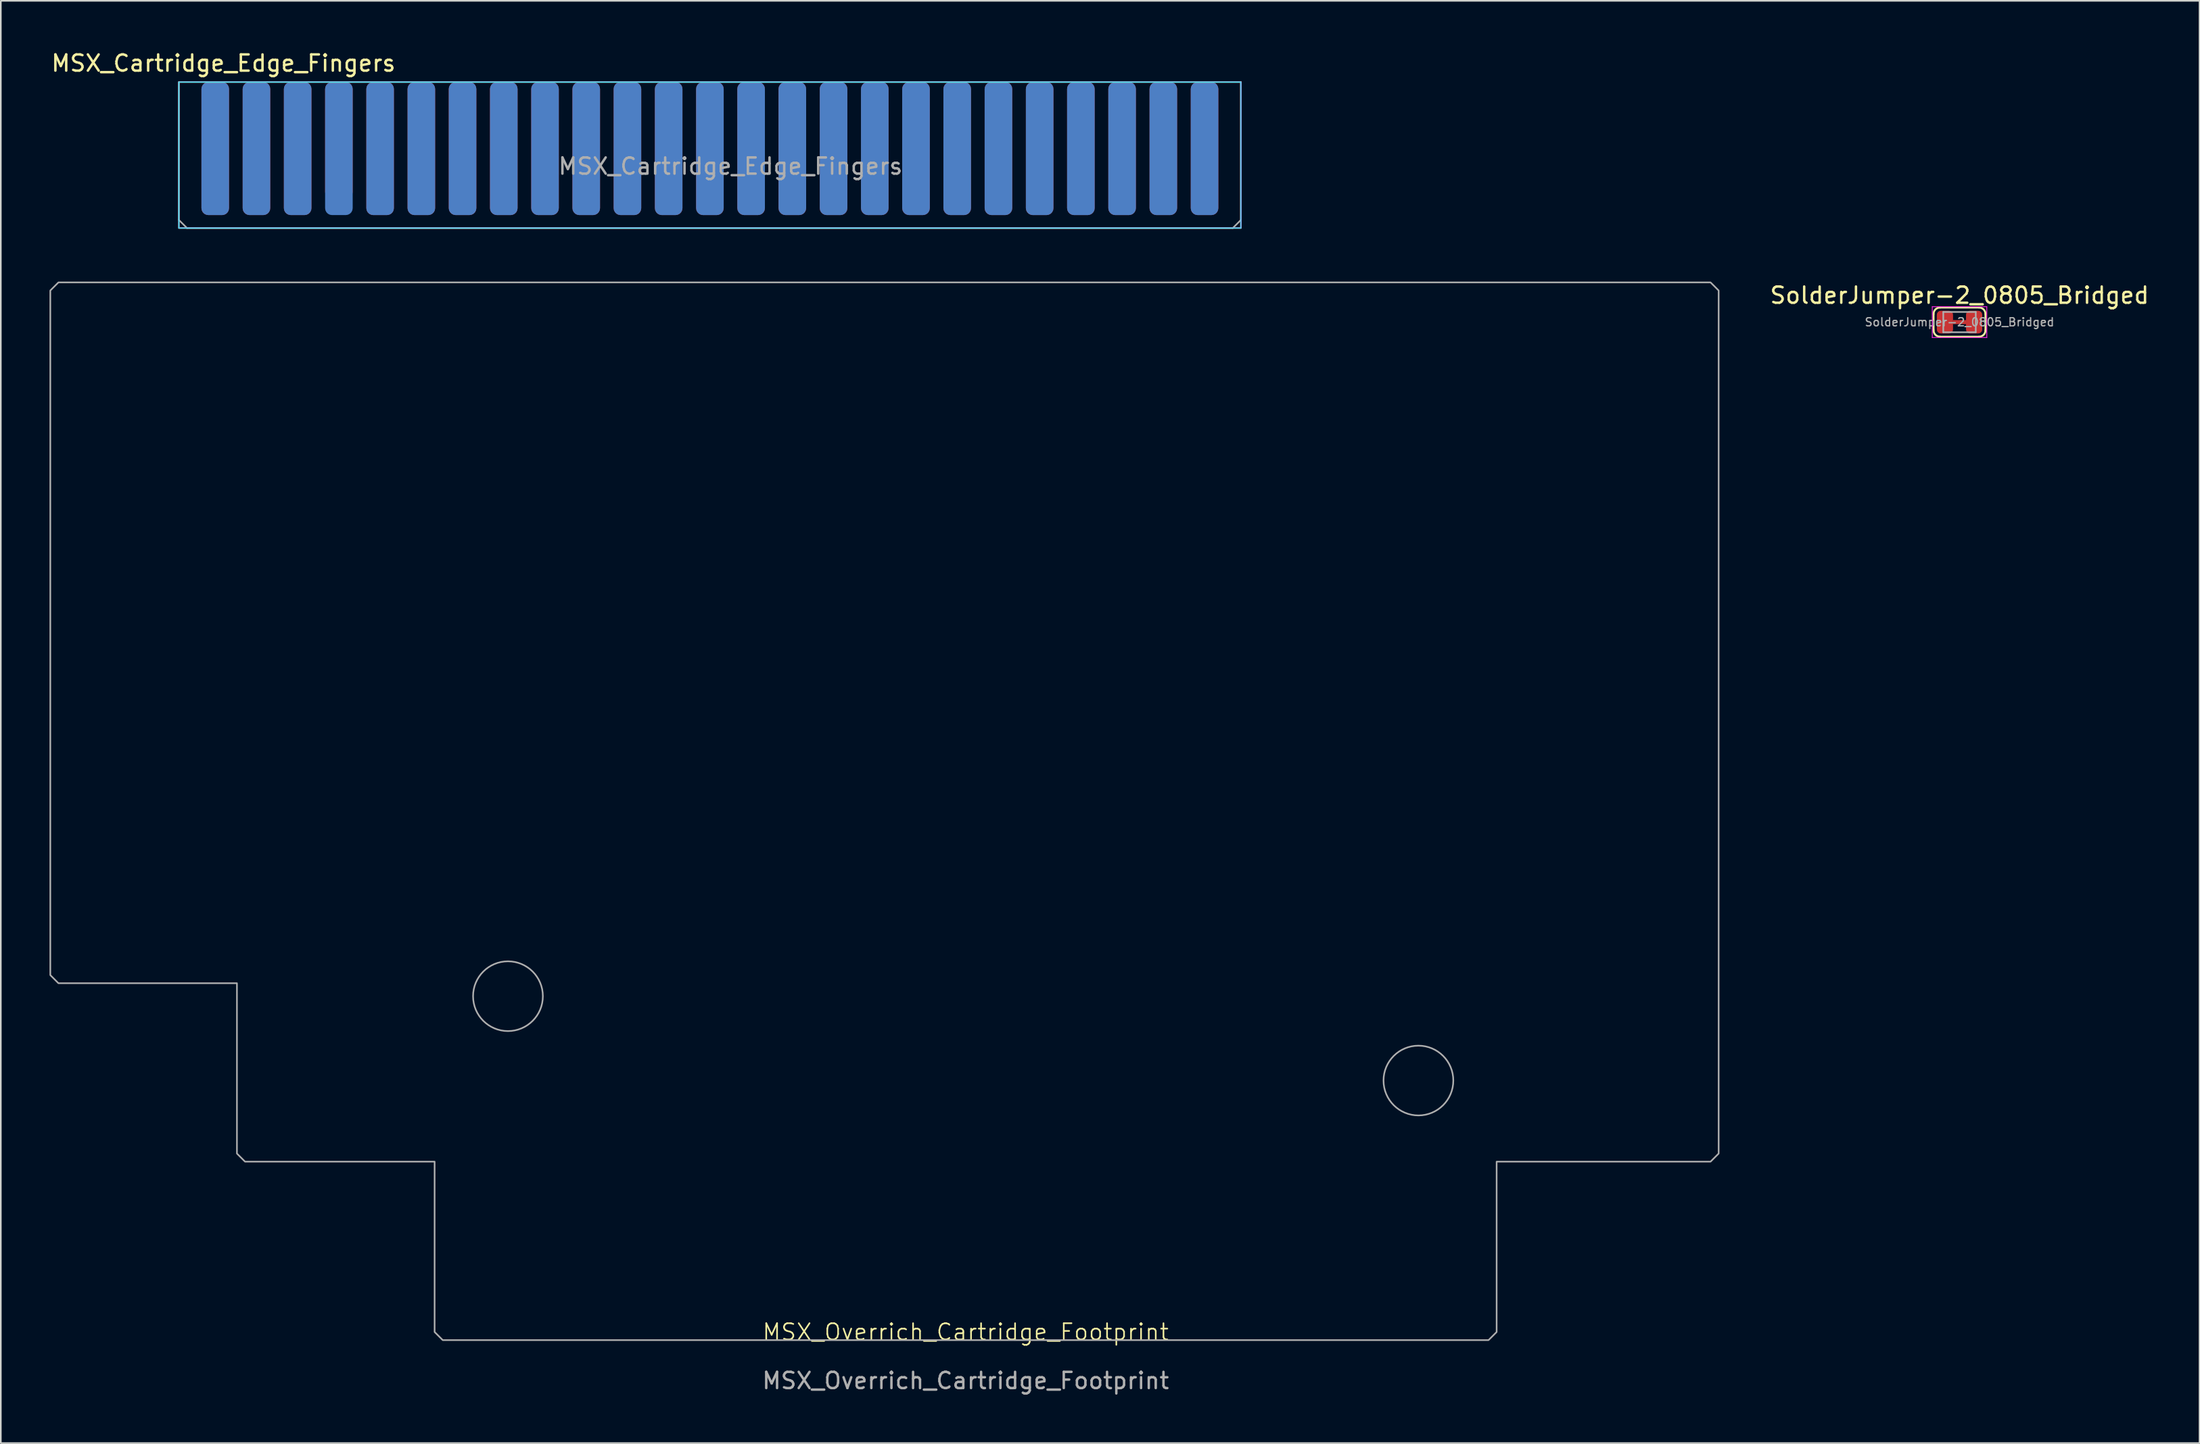
<source format=kicad_pcb>
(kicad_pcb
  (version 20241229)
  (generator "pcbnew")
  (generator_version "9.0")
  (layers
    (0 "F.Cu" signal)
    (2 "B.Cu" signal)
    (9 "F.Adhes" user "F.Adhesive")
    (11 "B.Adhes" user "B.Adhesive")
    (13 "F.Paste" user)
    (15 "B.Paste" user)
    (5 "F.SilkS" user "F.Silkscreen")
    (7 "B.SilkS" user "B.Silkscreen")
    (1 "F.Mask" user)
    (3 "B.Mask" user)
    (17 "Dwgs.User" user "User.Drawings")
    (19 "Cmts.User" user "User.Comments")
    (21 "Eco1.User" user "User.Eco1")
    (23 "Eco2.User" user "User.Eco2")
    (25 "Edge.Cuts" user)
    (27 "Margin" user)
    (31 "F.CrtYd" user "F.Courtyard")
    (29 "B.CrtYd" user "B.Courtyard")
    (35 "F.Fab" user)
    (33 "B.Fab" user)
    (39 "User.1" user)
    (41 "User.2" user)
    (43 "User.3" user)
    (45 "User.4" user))
  (footprint "SolderJumper-2_0805_Bridged"
    (layer "F.Cu")
    (at 117.692 16.806)
    (property "Reference" "SolderJumper-2_0805_Bridged" (at 0 -1.65 0) (layer "F.SilkS") (effects (font (size 1 1) (thickness 0.15))))
    (attr exclude_from_pos_files exclude_from_bom)
    (fp_rect (start -0.4 -0.125) (end 0.4 0.125) (stroke (width 0) (type solid)) (fill yes) (layer "F.Cu"))
    (fp_line (start -1.6 0.5) (end -1.6 -0.5) (stroke (width 0.12) (type solid)) (layer "F.SilkS"))
    (fp_line (start -1.2 -0.9) (end 1.2 -0.9) (stroke (width 0.12) (type solid)) (layer "F.SilkS"))
    (fp_line (start 1.2 0.9) (end -1.2 0.9) (stroke (width 0.12) (type solid)) (layer "F.SilkS"))
    (fp_line (start 1.6 -0.5) (end 1.6 0.5) (stroke (width 0.12) (type solid)) (layer "F.SilkS"))
    (fp_arc (start -1.6 -0.5) (mid -1.482842 -0.782842) (end -1.2 -0.9) (stroke (width 0.12) (type solid)) (layer "F.SilkS"))
    (fp_arc (start -1.2 0.9) (mid -1.482842 0.782842) (end -1.6 0.5) (stroke (width 0.12) (type solid)) (layer "F.SilkS"))
    (fp_arc (start 1.2 -0.9) (mid 1.482843 -0.782843) (end 1.6 -0.5) (stroke (width 0.12) (type solid)) (layer "F.SilkS"))
    (fp_arc (start 1.6 0.5) (mid 1.482843 0.782843) (end 1.2 0.9) (stroke (width 0.12) (type solid)) (layer "F.SilkS"))
    (fp_line (start -1.68 -0.95) (end 1.68 -0.95) (stroke (width 0.05) (type solid)) (layer "F.CrtYd"))
    (fp_line (start -1.68 0.95) (end -1.68 -0.95) (stroke (width 0.05) (type solid)) (layer "F.CrtYd"))
    (fp_line (start 1.68 -0.95) (end 1.68 0.95) (stroke (width 0.05) (type solid)) (layer "F.CrtYd"))
    (fp_line (start 1.68 0.95) (end -1.68 0.95) (stroke (width 0.05) (type solid)) (layer "F.CrtYd"))
    (fp_line (start -1 -0.625) (end 1 -0.625) (stroke (width 0.1) (type solid)) (layer "F.Fab"))
    (fp_line (start -1 0.625) (end -1 -0.625) (stroke (width 0.1) (type solid)) (layer "F.Fab"))
    (fp_line (start 1 -0.625) (end 1 0.625) (stroke (width 0.1) (type solid)) (layer "F.Fab"))
    (fp_line (start 1 0.625) (end -1 0.625) (stroke (width 0.1) (type solid)) (layer "F.Fab"))
    (fp_text user "${REFERENCE}" (at 0 0 0) (layer "F.Fab") (effects (font (size 0.5 0.5) (thickness 0.08))))
    (pad "1" smd roundrect (at -0.9 0) (size 1 1.4) (layers "F.Cu" "F.Mask") (roundrect_rratio 0.244))
    (pad "2" smd roundrect (at 0.9 0) (size 1 1.4) (layers "F.Cu" "F.Mask") (roundrect_rratio 0.244)))
  (footprint "MSX_Cartridge_Edge_Fingers"
    (layer "F.Cu")
    (at 40.692 11.008)
    (property "Reference" "MSX_Cartridge_Edge_Fingers" (at -29.972 -10.16 0) (layer "F.SilkS") (effects (font (size 1 1) (thickness 0.15))))
    (attr exclude_from_pos_files exclude_from_bom allow_soldermask_bridges)
    (fp_rect (start -32.72 -9) (end 32.72 0) (stroke (width 0.1) (type solid)) (fill yes) (layer "F.Mask"))
    (fp_rect (start -32.72 -9) (end 32.72 0) (stroke (width 0.1) (type solid)) (fill yes) (layer "B.Mask"))
    (fp_rect (start -32.72 -9) (end 32.72 0) (stroke (width 0.05) (type default)) (fill no) (layer "B.CrtYd"))
    (fp_rect (start -32.72 -9) (end 32.72 0) (stroke (width 0.05) (type default)) (fill no) (layer "F.CrtYd"))
    (fp_line (start -32.72 -0.5) (end -32.72 -9) (stroke (width 0.1) (type default)) (layer "F.Fab"))
    (fp_line (start -32.72 -0.5) (end -32.22 0) (stroke (width 0.1) (type default)) (layer "F.Fab"))
    (fp_line (start 32.22 0) (end -32.22 0) (stroke (width 0.1) (type default)) (layer "F.Fab"))
    (fp_line (start 32.72 -9) (end 32.72 -0.5) (stroke (width 0.1) (type default)) (layer "F.Fab"))
    (fp_line (start 32.72 -0.5) (end 32.22 0) (stroke (width 0.1) (type default)) (layer "F.Fab"))
    (fp_rect (start -32.72 -9) (end 32.72 0) (stroke (width 0.1) (type default)) (fill no) (layer "F.Fab"))
    (fp_text user "${REFERENCE}" (at 1.27 -3.81 0) (layer "F.Fab") (effects (font (size 1 1) (thickness 0.15))))
    (pad "1" connect roundrect (at 30.48 -4.9) (size 1.7 8.2) (layers "B.Cu" "B.Mask") (roundrect_rratio 0.25))
    (pad "2" connect roundrect (at 30.48 -4.9) (size 1.7 8.2) (layers "F.Cu" "F.Mask") (roundrect_rratio 0.25))
    (pad "3" connect roundrect (at 27.94 -4.9) (size 1.7 8.2) (layers "B.Cu" "B.Mask") (roundrect_rratio 0.25))
    (pad "4" connect roundrect (at 27.94 -4.9) (size 1.7 8.2) (layers "F.Cu" "F.Mask") (roundrect_rratio 0.25))
    (pad "5" connect roundrect (at 25.4 -4.9) (size 1.7 8.2) (layers "B.Cu" "B.Mask") (roundrect_rratio 0.25))
    (pad "6" connect roundrect (at 25.4 -4.9) (size 1.7 8.2) (layers "F.Cu" "F.Mask") (roundrect_rratio 0.25))
    (pad "7" connect roundrect (at 22.86 -4.9) (size 1.7 8.2) (layers "B.Cu" "B.Mask") (roundrect_rratio 0.25))
    (pad "8" connect roundrect (at 22.86 -4.9) (size 1.7 8.2) (layers "F.Cu" "F.Mask") (roundrect_rratio 0.25))
    (pad "9" connect roundrect (at 20.32 -4.9) (size 1.7 8.2) (layers "B.Cu" "B.Mask") (roundrect_rratio 0.25))
    (pad "10" connect roundrect (at 20.32 -4.9) (size 1.7 8.2) (layers "F.Cu" "F.Mask") (roundrect_rratio 0.25))
    (pad "11" connect roundrect (at 17.78 -4.9) (size 1.7 8.2) (layers "B.Cu" "B.Mask") (roundrect_rratio 0.25))
    (pad "12" connect roundrect (at 17.78 -4.9) (size 1.7 8.2) (layers "F.Cu" "F.Mask") (roundrect_rratio 0.25))
    (pad "13" connect roundrect (at 15.24 -4.9) (size 1.7 8.2) (layers "B.Cu" "B.Mask") (roundrect_rratio 0.25))
    (pad "14" connect roundrect (at 15.24 -4.9) (size 1.7 8.2) (layers "F.Cu" "F.Mask") (roundrect_rratio 0.25))
    (pad "15" connect roundrect (at 12.7 -4.9) (size 1.7 8.2) (layers "B.Cu" "B.Mask") (roundrect_rratio 0.25))
    (pad "16" connect roundrect (at 12.7 -4.9) (size 1.7 8.2) (layers "F.Cu" "F.Mask") (roundrect_rratio 0.25))
    (pad "17" connect roundrect (at 10.16 -4.9) (size 1.7 8.2) (layers "B.Cu" "B.Mask") (roundrect_rratio 0.25))
    (pad "18" connect roundrect (at 10.16 -4.9) (size 1.7 8.2) (layers "F.Cu" "F.Mask") (roundrect_rratio 0.25))
    (pad "19" connect roundrect (at 7.62 -4.9) (size 1.7 8.2) (layers "B.Cu" "B.Mask") (roundrect_rratio 0.25))
    (pad "20" connect roundrect (at 7.62 -4.9) (size 1.7 8.2) (layers "F.Cu" "F.Mask") (roundrect_rratio 0.25))
    (pad "21" connect roundrect (at 5.08 -4.9) (size 1.7 8.2) (layers "B.Cu" "B.Mask") (roundrect_rratio 0.25))
    (pad "22" connect roundrect (at 5.08 -4.9) (size 1.7 8.2) (layers "F.Cu" "F.Mask") (roundrect_rratio 0.25))
    (pad "23" connect roundrect (at 2.54 -4.9) (size 1.7 8.2) (layers "B.Cu" "B.Mask") (roundrect_rratio 0.25))
    (pad "24" connect roundrect (at 2.54 -4.9) (size 1.7 8.2) (layers "F.Cu" "F.Mask") (roundrect_rratio 0.25))
    (pad "25" connect roundrect (at 0 -4.9) (size 1.7 8.2) (layers "B.Cu" "B.Mask") (roundrect_rratio 0.25))
    (pad "26" connect roundrect (at 0 -4.9) (size 1.7 8.2) (layers "F.Cu" "F.Mask") (roundrect_rratio 0.25))
    (pad "27" connect roundrect (at -2.54 -4.9) (size 1.7 8.2) (layers "B.Cu" "B.Mask") (roundrect_rratio 0.25))
    (pad "28" connect roundrect (at -2.54 -4.9) (size 1.7 8.2) (layers "F.Cu" "F.Mask") (roundrect_rratio 0.25))
    (pad "29" connect roundrect (at -5.08 -4.9) (size 1.7 8.2) (layers "B.Cu" "B.Mask") (roundrect_rratio 0.25))
    (pad "30" connect roundrect (at -5.08 -4.9) (size 1.7 8.2) (layers "F.Cu" "F.Mask") (roundrect_rratio 0.25))
    (pad "31" connect roundrect (at -7.62 -4.9) (size 1.7 8.2) (layers "B.Cu" "B.Mask") (roundrect_rratio 0.25))
    (pad "32" connect roundrect (at -7.62 -4.9) (size 1.7 8.2) (layers "F.Cu" "F.Mask") (roundrect_rratio 0.25))
    (pad "33" connect roundrect (at -10.16 -4.9) (size 1.7 8.2) (layers "B.Cu" "B.Mask") (roundrect_rratio 0.25))
    (pad "34" connect roundrect (at -10.16 -4.9) (size 1.7 8.2) (layers "F.Cu" "F.Mask") (roundrect_rratio 0.25))
    (pad "35" connect roundrect (at -12.7 -4.9) (size 1.7 8.2) (layers "B.Cu" "B.Mask") (roundrect_rratio 0.25))
    (pad "36" connect roundrect (at -12.7 -4.9) (size 1.7 8.2) (layers "F.Cu" "F.Mask") (roundrect_rratio 0.25))
    (pad "37" connect roundrect (at -15.24 -4.9) (size 1.7 8.2) (layers "B.Cu" "B.Mask") (roundrect_rratio 0.25))
    (pad "38" connect roundrect (at -15.24 -4.9) (size 1.7 8.2) (layers "F.Cu" "F.Mask") (roundrect_rratio 0.25))
    (pad "39" connect roundrect (at -17.78 -4.9) (size 1.7 8.2) (layers "B.Cu" "B.Mask") (roundrect_rratio 0.25))
    (pad "40" connect roundrect (at -17.78 -4.9) (size 1.7 8.2) (layers "F.Cu" "F.Mask") (roundrect_rratio 0.25))
    (pad "41" connect roundrect (at -20.32 -4.9) (size 1.7 8.2) (layers "B.Cu" "B.Mask") (roundrect_rratio 0.25))
    (pad "42" connect roundrect (at -20.32 -4.9) (size 1.7 8.2) (layers "F.Cu" "F.Mask") (roundrect_rratio 0.25))
    (pad "43" connect roundrect (at -22.86 -4.9) (size 1.7 8.2) (layers "B.Cu" "B.Mask") (roundrect_rratio 0.25))
    (pad "44" connect roundrect (at -22.86 -5.4) (size 1.7 7.2) (layers "F.Cu" "F.Mask") (roundrect_rratio 0.25))
    (pad "45" connect roundrect (at -25.4 -4.9) (size 1.7 8.2) (layers "B.Cu" "B.Mask") (roundrect_rratio 0.25))
    (pad "46" connect roundrect (at -25.4 -4.9) (size 1.7 8.2) (layers "F.Cu" "F.Mask") (roundrect_rratio 0.25))
    (pad "47" connect roundrect (at -27.94 -4.9) (size 1.7 8.2) (layers "B.Cu" "B.Mask") (roundrect_rratio 0.25))
    (pad "48" connect roundrect (at -27.94 -4.9) (size 1.7 8.2) (layers "F.Cu" "F.Mask") (roundrect_rratio 0.25))
    (pad "49" connect roundrect (at -30.48 -4.9) (size 1.7 8.2) (layers "B.Cu" "B.Mask") (roundrect_rratio 0.25))
    (pad "50" connect roundrect (at -30.48 -4.9) (size 1.7 8.2) (layers "F.Cu" "F.Mask") (roundrect_rratio 0.25))
    (zone (net_name "") (layers "F.Cu" "B.Cu") (name "Keep out copper fill") (hatch edge 0.5) (connect_pads) (min_thickness 0.25) (filled_areas_thickness no) (keepout (tracks allowed) (vias allowed) (pads allowed) (copperpour not_allowed) (footprints allowed)) (placement (enabled no)) (fill) (polygon (pts (xy 73.712 11.308) (xy 7.672 11.308) (xy 7.672 1.508) (xy 73.712 1.508)))))
  (footprint "MSX_Overrich_Cartridge_Footprint"
    (layer "F.Cu")
    (at 56.45 79.558)
    (property "Reference" "MSX_Overrich_Cartridge_Footprint" (at 0 -0.5 0) (unlocked yes) (layer "F.SilkS") (effects (font (size 1 1) (thickness 0.1))))
    (fp_circle (center -28.2 -21.2) (end -26.05 -21.2) (stroke (width 0.1) (type default)) (fill no) (layer "F.Fab"))
    (fp_circle (center 27.9 -16) (end 30.05 -16) (stroke (width 0.1) (type default)) (fill no) (layer "F.Fab"))
    (fp_poly (pts (xy -44.4 -11) (xy -44.9 -11.5) (xy -44.9 -22) (xy -55.9 -22) (xy -56.4 -22.5) (xy -56.4 -64.7) (xy -55.9 -65.2) (xy 45.9 -65.2) (xy 46.4 -64.7) (xy 46.4 -11.5) (xy 45.9 -11) (xy 32.72 -11) (xy 32.72 -0.5) (xy 32.22 0) (xy -32.22 0) (xy -32.72 -0.5) (xy -32.72 -11)) (stroke (width 0.1) (type solid)) (fill no) (layer "F.Fab"))
    (fp_text user "${REFERENCE}" (at 0 2.5 0) (unlocked yes) (layer "F.Fab") (effects (font (size 1 1) (thickness 0.15)))))
  (gr_rect
    (start -3 -3)
    (end 132.483 85.906)
    (stroke (width 0.1) (type default))
    (fill no)
    (layer "Edge.Cuts")))
</source>
